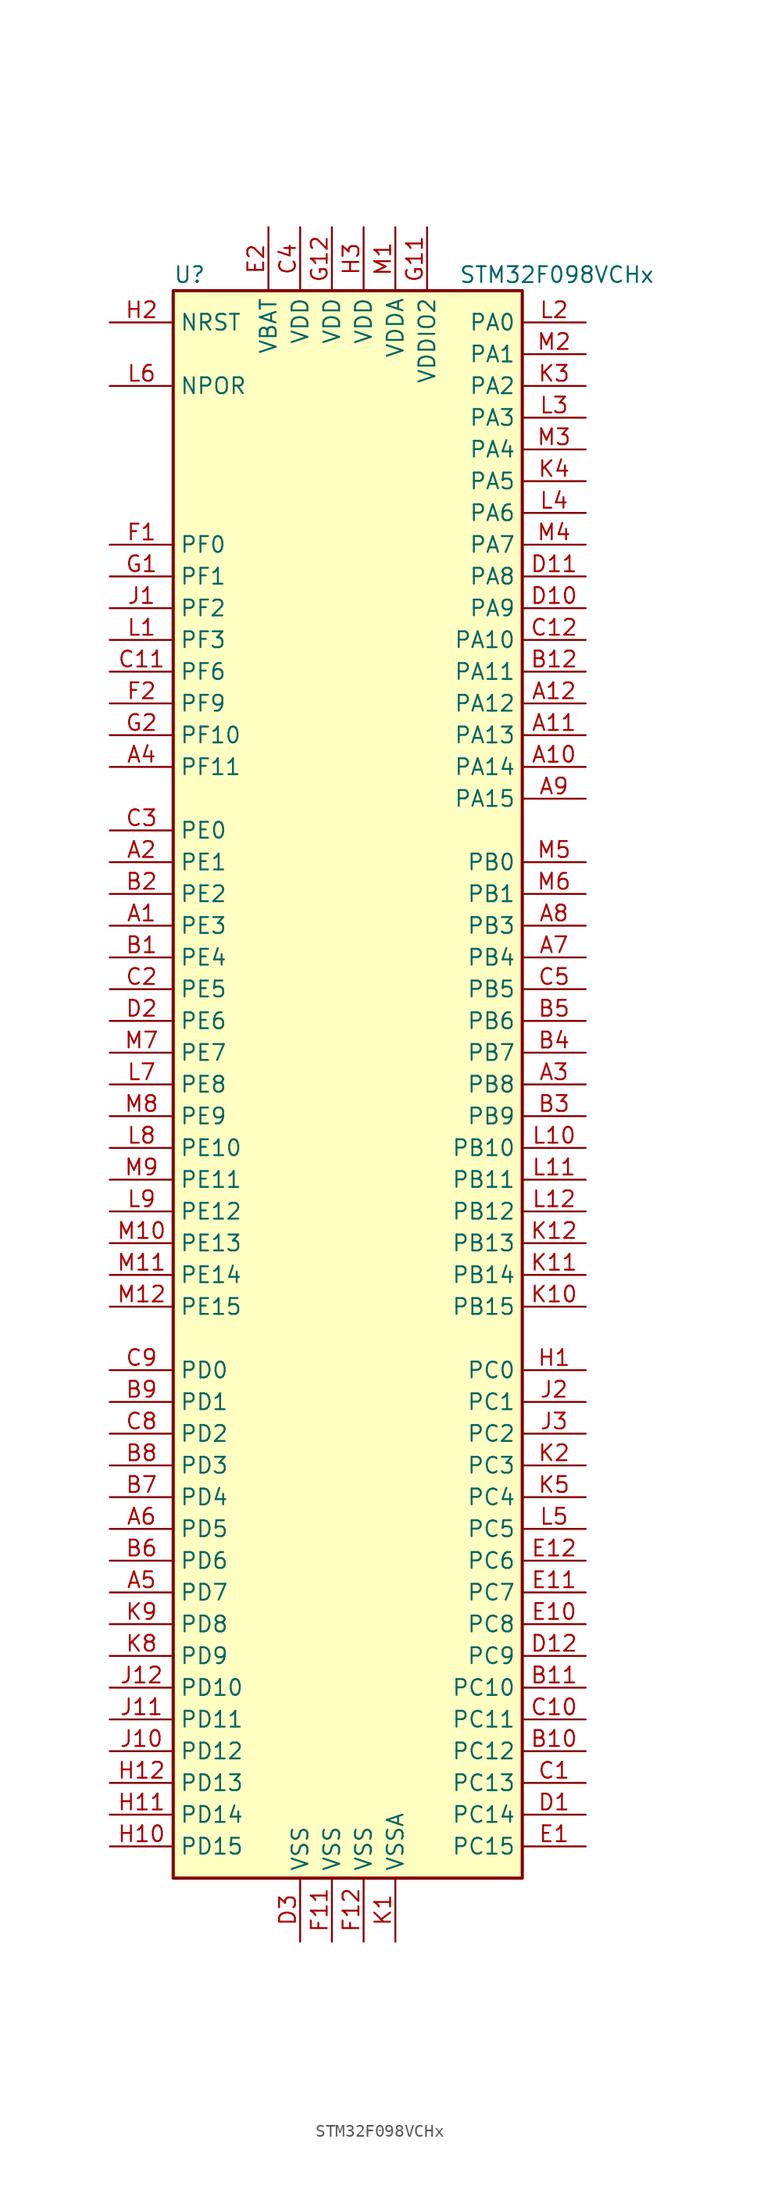
<source format=kicad_sym>
(kicad_symbol_lib
  (version 20201005)
  (generator kicad_symbol_editor)
  (symbol "STM32F098VCHx"
    (property "Reference" "U"
      (at -15.24 64.77 0)
      (effects (font (size 1.27 1.27)) (justify left)))
    (property "Value" "STM32F098VCHx"
      (at 7.62 64.77 0)
      (effects (font (size 1.27 1.27)) (justify left)))
    (symbol "STM32F098VCHx_0_1"
      (rectangle (start -15.24 -63.5) (end 12.7 63.5) (stroke (width 0.254)) (fill (type background))))
    (symbol "STM32F098VCHx_1_1"
      (pin no_connect line (at -15.24 -60.96 0) (length 5.08) hide (name "NC" (effects (font (size 1.27 1.27)))) (number "E3" (effects (font (size 1.27 1.27)))))
      (pin power_in line (at -20.32 55.88 0) (length 5.08) (name "NPOR" (effects (font (size 1.27 1.27)))) (number "L6" (effects (font (size 1.27 1.27)))))
      (pin input line (at -20.32 60.96 0) (length 5.08) (name "NRST" (effects (font (size 1.27 1.27)))) (number "H2" (effects (font (size 1.27 1.27)))))
      (pin bidirectional line (at 17.78 60.96 180) (length 5.08) (name "PA0" (effects (font (size 1.27 1.27)))) (number "L2" (effects (font (size 1.27 1.27)))))
      (pin bidirectional line (at 17.78 58.42 180) (length 5.08) (name "PA1" (effects (font (size 1.27 1.27)))) (number "M2" (effects (font (size 1.27 1.27)))))
      (pin bidirectional line (at 17.78 35.56 180) (length 5.08) (name "PA10" (effects (font (size 1.27 1.27)))) (number "C12" (effects (font (size 1.27 1.27)))))
      (pin bidirectional line (at 17.78 33.02 180) (length 5.08) (name "PA11" (effects (font (size 1.27 1.27)))) (number "B12" (effects (font (size 1.27 1.27)))))
      (pin bidirectional line (at 17.78 30.48 180) (length 5.08) (name "PA12" (effects (font (size 1.27 1.27)))) (number "A12" (effects (font (size 1.27 1.27)))))
      (pin bidirectional line (at 17.78 27.94 180) (length 5.08) (name "PA13" (effects (font (size 1.27 1.27)))) (number "A11" (effects (font (size 1.27 1.27)))))
      (pin bidirectional line (at 17.78 25.4 180) (length 5.08) (name "PA14" (effects (font (size 1.27 1.27)))) (number "A10" (effects (font (size 1.27 1.27)))))
      (pin bidirectional line (at 17.78 22.86 180) (length 5.08) (name "PA15" (effects (font (size 1.27 1.27)))) (number "A9" (effects (font (size 1.27 1.27)))))
      (pin bidirectional line (at 17.78 55.88 180) (length 5.08) (name "PA2" (effects (font (size 1.27 1.27)))) (number "K3" (effects (font (size 1.27 1.27)))))
      (pin bidirectional line (at 17.78 53.34 180) (length 5.08) (name "PA3" (effects (font (size 1.27 1.27)))) (number "L3" (effects (font (size 1.27 1.27)))))
      (pin bidirectional line (at 17.78 50.8 180) (length 5.08) (name "PA4" (effects (font (size 1.27 1.27)))) (number "M3" (effects (font (size 1.27 1.27)))))
      (pin bidirectional line (at 17.78 48.26 180) (length 5.08) (name "PA5" (effects (font (size 1.27 1.27)))) (number "K4" (effects (font (size 1.27 1.27)))))
      (pin bidirectional line (at 17.78 45.72 180) (length 5.08) (name "PA6" (effects (font (size 1.27 1.27)))) (number "L4" (effects (font (size 1.27 1.27)))))
      (pin bidirectional line (at 17.78 43.18 180) (length 5.08) (name "PA7" (effects (font (size 1.27 1.27)))) (number "M4" (effects (font (size 1.27 1.27)))))
      (pin bidirectional line (at 17.78 40.64 180) (length 5.08) (name "PA8" (effects (font (size 1.27 1.27)))) (number "D11" (effects (font (size 1.27 1.27)))))
      (pin bidirectional line (at 17.78 38.1 180) (length 5.08) (name "PA9" (effects (font (size 1.27 1.27)))) (number "D10" (effects (font (size 1.27 1.27)))))
      (pin bidirectional line (at 17.78 17.78 180) (length 5.08) (name "PB0" (effects (font (size 1.27 1.27)))) (number "M5" (effects (font (size 1.27 1.27)))))
      (pin bidirectional line (at 17.78 15.24 180) (length 5.08) (name "PB1" (effects (font (size 1.27 1.27)))) (number "M6" (effects (font (size 1.27 1.27)))))
      (pin bidirectional line (at 17.78 -5.08 180) (length 5.08) (name "PB10" (effects (font (size 1.27 1.27)))) (number "L10" (effects (font (size 1.27 1.27)))))
      (pin bidirectional line (at 17.78 -7.62 180) (length 5.08) (name "PB11" (effects (font (size 1.27 1.27)))) (number "L11" (effects (font (size 1.27 1.27)))))
      (pin bidirectional line (at 17.78 -10.16 180) (length 5.08) (name "PB12" (effects (font (size 1.27 1.27)))) (number "L12" (effects (font (size 1.27 1.27)))))
      (pin bidirectional line (at 17.78 -12.7 180) (length 5.08) (name "PB13" (effects (font (size 1.27 1.27)))) (number "K12" (effects (font (size 1.27 1.27)))))
      (pin bidirectional line (at 17.78 -15.24 180) (length 5.08) (name "PB14" (effects (font (size 1.27 1.27)))) (number "K11" (effects (font (size 1.27 1.27)))))
      (pin bidirectional line (at 17.78 -17.78 180) (length 5.08) (name "PB15" (effects (font (size 1.27 1.27)))) (number "K10" (effects (font (size 1.27 1.27)))))
      (pin bidirectional line (at 17.78 12.7 180) (length 5.08) (name "PB3" (effects (font (size 1.27 1.27)))) (number "A8" (effects (font (size 1.27 1.27)))))
      (pin bidirectional line (at 17.78 10.16 180) (length 5.08) (name "PB4" (effects (font (size 1.27 1.27)))) (number "A7" (effects (font (size 1.27 1.27)))))
      (pin bidirectional line (at 17.78 7.62 180) (length 5.08) (name "PB5" (effects (font (size 1.27 1.27)))) (number "C5" (effects (font (size 1.27 1.27)))))
      (pin bidirectional line (at 17.78 5.08 180) (length 5.08) (name "PB6" (effects (font (size 1.27 1.27)))) (number "B5" (effects (font (size 1.27 1.27)))))
      (pin bidirectional line (at 17.78 2.54 180) (length 5.08) (name "PB7" (effects (font (size 1.27 1.27)))) (number "B4" (effects (font (size 1.27 1.27)))))
      (pin bidirectional line (at 17.78 0 180) (length 5.08) (name "PB8" (effects (font (size 1.27 1.27)))) (number "A3" (effects (font (size 1.27 1.27)))))
      (pin bidirectional line (at 17.78 -2.54 180) (length 5.08) (name "PB9" (effects (font (size 1.27 1.27)))) (number "B3" (effects (font (size 1.27 1.27)))))
      (pin bidirectional line (at 17.78 -22.86 180) (length 5.08) (name "PC0" (effects (font (size 1.27 1.27)))) (number "H1" (effects (font (size 1.27 1.27)))))
      (pin bidirectional line (at 17.78 -25.4 180) (length 5.08) (name "PC1" (effects (font (size 1.27 1.27)))) (number "J2" (effects (font (size 1.27 1.27)))))
      (pin bidirectional line (at 17.78 -48.26 180) (length 5.08) (name "PC10" (effects (font (size 1.27 1.27)))) (number "B11" (effects (font (size 1.27 1.27)))))
      (pin bidirectional line (at 17.78 -50.8 180) (length 5.08) (name "PC11" (effects (font (size 1.27 1.27)))) (number "C10" (effects (font (size 1.27 1.27)))))
      (pin bidirectional line (at 17.78 -53.34 180) (length 5.08) (name "PC12" (effects (font (size 1.27 1.27)))) (number "B10" (effects (font (size 1.27 1.27)))))
      (pin bidirectional line (at 17.78 -55.88 180) (length 5.08) (name "PC13" (effects (font (size 1.27 1.27)))) (number "C1" (effects (font (size 1.27 1.27)))))
      (pin bidirectional line (at 17.78 -58.42 180) (length 5.08) (name "PC14" (effects (font (size 1.27 1.27)))) (number "D1" (effects (font (size 1.27 1.27)))))
      (pin bidirectional line (at 17.78 -60.96 180) (length 5.08) (name "PC15" (effects (font (size 1.27 1.27)))) (number "E1" (effects (font (size 1.27 1.27)))))
      (pin bidirectional line (at 17.78 -27.94 180) (length 5.08) (name "PC2" (effects (font (size 1.27 1.27)))) (number "J3" (effects (font (size 1.27 1.27)))))
      (pin bidirectional line (at 17.78 -30.48 180) (length 5.08) (name "PC3" (effects (font (size 1.27 1.27)))) (number "K2" (effects (font (size 1.27 1.27)))))
      (pin bidirectional line (at 17.78 -33.02 180) (length 5.08) (name "PC4" (effects (font (size 1.27 1.27)))) (number "K5" (effects (font (size 1.27 1.27)))))
      (pin bidirectional line (at 17.78 -35.56 180) (length 5.08) (name "PC5" (effects (font (size 1.27 1.27)))) (number "L5" (effects (font (size 1.27 1.27)))))
      (pin bidirectional line (at 17.78 -38.1 180) (length 5.08) (name "PC6" (effects (font (size 1.27 1.27)))) (number "E12" (effects (font (size 1.27 1.27)))))
      (pin bidirectional line (at 17.78 -40.64 180) (length 5.08) (name "PC7" (effects (font (size 1.27 1.27)))) (number "E11" (effects (font (size 1.27 1.27)))))
      (pin bidirectional line (at 17.78 -43.18 180) (length 5.08) (name "PC8" (effects (font (size 1.27 1.27)))) (number "E10" (effects (font (size 1.27 1.27)))))
      (pin bidirectional line (at 17.78 -45.72 180) (length 5.08) (name "PC9" (effects (font (size 1.27 1.27)))) (number "D12" (effects (font (size 1.27 1.27)))))
      (pin bidirectional line (at -20.32 -22.86 0) (length 5.08) (name "PD0" (effects (font (size 1.27 1.27)))) (number "C9" (effects (font (size 1.27 1.27)))))
      (pin bidirectional line (at -20.32 -25.4 0) (length 5.08) (name "PD1" (effects (font (size 1.27 1.27)))) (number "B9" (effects (font (size 1.27 1.27)))))
      (pin bidirectional line (at -20.32 -48.26 0) (length 5.08) (name "PD10" (effects (font (size 1.27 1.27)))) (number "J12" (effects (font (size 1.27 1.27)))))
      (pin bidirectional line (at -20.32 -50.8 0) (length 5.08) (name "PD11" (effects (font (size 1.27 1.27)))) (number "J11" (effects (font (size 1.27 1.27)))))
      (pin bidirectional line (at -20.32 -53.34 0) (length 5.08) (name "PD12" (effects (font (size 1.27 1.27)))) (number "J10" (effects (font (size 1.27 1.27)))))
      (pin bidirectional line (at -20.32 -55.88 0) (length 5.08) (name "PD13" (effects (font (size 1.27 1.27)))) (number "H12" (effects (font (size 1.27 1.27)))))
      (pin bidirectional line (at -20.32 -58.42 0) (length 5.08) (name "PD14" (effects (font (size 1.27 1.27)))) (number "H11" (effects (font (size 1.27 1.27)))))
      (pin bidirectional line (at -20.32 -60.96 0) (length 5.08) (name "PD15" (effects (font (size 1.27 1.27)))) (number "H10" (effects (font (size 1.27 1.27)))))
      (pin bidirectional line (at -20.32 -27.94 0) (length 5.08) (name "PD2" (effects (font (size 1.27 1.27)))) (number "C8" (effects (font (size 1.27 1.27)))))
      (pin bidirectional line (at -20.32 -30.48 0) (length 5.08) (name "PD3" (effects (font (size 1.27 1.27)))) (number "B8" (effects (font (size 1.27 1.27)))))
      (pin bidirectional line (at -20.32 -33.02 0) (length 5.08) (name "PD4" (effects (font (size 1.27 1.27)))) (number "B7" (effects (font (size 1.27 1.27)))))
      (pin bidirectional line (at -20.32 -35.56 0) (length 5.08) (name "PD5" (effects (font (size 1.27 1.27)))) (number "A6" (effects (font (size 1.27 1.27)))))
      (pin bidirectional line (at -20.32 -38.1 0) (length 5.08) (name "PD6" (effects (font (size 1.27 1.27)))) (number "B6" (effects (font (size 1.27 1.27)))))
      (pin bidirectional line (at -20.32 -40.64 0) (length 5.08) (name "PD7" (effects (font (size 1.27 1.27)))) (number "A5" (effects (font (size 1.27 1.27)))))
      (pin bidirectional line (at -20.32 -43.18 0) (length 5.08) (name "PD8" (effects (font (size 1.27 1.27)))) (number "K9" (effects (font (size 1.27 1.27)))))
      (pin bidirectional line (at -20.32 -45.72 0) (length 5.08) (name "PD9" (effects (font (size 1.27 1.27)))) (number "K8" (effects (font (size 1.27 1.27)))))
      (pin bidirectional line (at -20.32 20.32 0) (length 5.08) (name "PE0" (effects (font (size 1.27 1.27)))) (number "C3" (effects (font (size 1.27 1.27)))))
      (pin bidirectional line (at -20.32 17.78 0) (length 5.08) (name "PE1" (effects (font (size 1.27 1.27)))) (number "A2" (effects (font (size 1.27 1.27)))))
      (pin bidirectional line (at -20.32 -5.08 0) (length 5.08) (name "PE10" (effects (font (size 1.27 1.27)))) (number "L8" (effects (font (size 1.27 1.27)))))
      (pin bidirectional line (at -20.32 -7.62 0) (length 5.08) (name "PE11" (effects (font (size 1.27 1.27)))) (number "M9" (effects (font (size 1.27 1.27)))))
      (pin bidirectional line (at -20.32 -10.16 0) (length 5.08) (name "PE12" (effects (font (size 1.27 1.27)))) (number "L9" (effects (font (size 1.27 1.27)))))
      (pin bidirectional line (at -20.32 -12.7 0) (length 5.08) (name "PE13" (effects (font (size 1.27 1.27)))) (number "M10" (effects (font (size 1.27 1.27)))))
      (pin bidirectional line (at -20.32 -15.24 0) (length 5.08) (name "PE14" (effects (font (size 1.27 1.27)))) (number "M11" (effects (font (size 1.27 1.27)))))
      (pin bidirectional line (at -20.32 -17.78 0) (length 5.08) (name "PE15" (effects (font (size 1.27 1.27)))) (number "M12" (effects (font (size 1.27 1.27)))))
      (pin bidirectional line (at -20.32 15.24 0) (length 5.08) (name "PE2" (effects (font (size 1.27 1.27)))) (number "B2" (effects (font (size 1.27 1.27)))))
      (pin bidirectional line (at -20.32 12.7 0) (length 5.08) (name "PE3" (effects (font (size 1.27 1.27)))) (number "A1" (effects (font (size 1.27 1.27)))))
      (pin bidirectional line (at -20.32 10.16 0) (length 5.08) (name "PE4" (effects (font (size 1.27 1.27)))) (number "B1" (effects (font (size 1.27 1.27)))))
      (pin bidirectional line (at -20.32 7.62 0) (length 5.08) (name "PE5" (effects (font (size 1.27 1.27)))) (number "C2" (effects (font (size 1.27 1.27)))))
      (pin bidirectional line (at -20.32 5.08 0) (length 5.08) (name "PE6" (effects (font (size 1.27 1.27)))) (number "D2" (effects (font (size 1.27 1.27)))))
      (pin bidirectional line (at -20.32 2.54 0) (length 5.08) (name "PE7" (effects (font (size 1.27 1.27)))) (number "M7" (effects (font (size 1.27 1.27)))))
      (pin bidirectional line (at -20.32 0 0) (length 5.08) (name "PE8" (effects (font (size 1.27 1.27)))) (number "L7" (effects (font (size 1.27 1.27)))))
      (pin bidirectional line (at -20.32 -2.54 0) (length 5.08) (name "PE9" (effects (font (size 1.27 1.27)))) (number "M8" (effects (font (size 1.27 1.27)))))
      (pin input line (at -20.32 43.18 0) (length 5.08) (name "PF0" (effects (font (size 1.27 1.27)))) (number "F1" (effects (font (size 1.27 1.27)))))
      (pin input line (at -20.32 40.64 0) (length 5.08) (name "PF1" (effects (font (size 1.27 1.27)))) (number "G1" (effects (font (size 1.27 1.27)))))
      (pin bidirectional line (at -20.32 27.94 0) (length 5.08) (name "PF10" (effects (font (size 1.27 1.27)))) (number "G2" (effects (font (size 1.27 1.27)))))
      (pin bidirectional line (at -20.32 25.4 0) (length 5.08) (name "PF11" (effects (font (size 1.27 1.27)))) (number "A4" (effects (font (size 1.27 1.27)))))
      (pin bidirectional line (at -20.32 38.1 0) (length 5.08) (name "PF2" (effects (font (size 1.27 1.27)))) (number "J1" (effects (font (size 1.27 1.27)))))
      (pin bidirectional line (at -20.32 35.56 0) (length 5.08) (name "PF3" (effects (font (size 1.27 1.27)))) (number "L1" (effects (font (size 1.27 1.27)))))
      (pin bidirectional line (at -20.32 33.02 0) (length 5.08) (name "PF6" (effects (font (size 1.27 1.27)))) (number "C11" (effects (font (size 1.27 1.27)))))
      (pin bidirectional line (at -20.32 30.48 0) (length 5.08) (name "PF9" (effects (font (size 1.27 1.27)))) (number "F2" (effects (font (size 1.27 1.27)))))
      (pin power_in line (at -7.62 68.58 270) (length 5.08) (name "VBAT" (effects (font (size 1.27 1.27)))) (number "E2" (effects (font (size 1.27 1.27)))))
      (pin power_in line (at -5.08 68.58 270) (length 5.08) (name "VDD" (effects (font (size 1.27 1.27)))) (number "C4" (effects (font (size 1.27 1.27)))))
      (pin power_in line (at -2.54 68.58 270) (length 5.08) (name "VDD" (effects (font (size 1.27 1.27)))) (number "G12" (effects (font (size 1.27 1.27)))))
      (pin power_in line (at 0 68.58 270) (length 5.08) (name "VDD" (effects (font (size 1.27 1.27)))) (number "H3" (effects (font (size 1.27 1.27)))))
      (pin power_in line (at 2.54 68.58 270) (length 5.08) (name "VDDA" (effects (font (size 1.27 1.27)))) (number "M1" (effects (font (size 1.27 1.27)))))
      (pin power_in line (at 5.08 68.58 270) (length 5.08) (name "VDDIO2" (effects (font (size 1.27 1.27)))) (number "G11" (effects (font (size 1.27 1.27)))))
      (pin power_in line (at -5.08 -68.58 90) (length 5.08) (name "VSS" (effects (font (size 1.27 1.27)))) (number "D3" (effects (font (size 1.27 1.27)))))
      (pin power_in line (at -2.54 -68.58 90) (length 5.08) (name "VSS" (effects (font (size 1.27 1.27)))) (number "F11" (effects (font (size 1.27 1.27)))))
      (pin power_in line (at 0 -68.58 90) (length 5.08) (name "VSS" (effects (font (size 1.27 1.27)))) (number "F12" (effects (font (size 1.27 1.27)))))
      (pin power_in line (at 2.54 -68.58 90) (length 5.08) (name "VSSA" (effects (font (size 1.27 1.27)))) (number "K1" (effects (font (size 1.27 1.27))))))))
</source>
